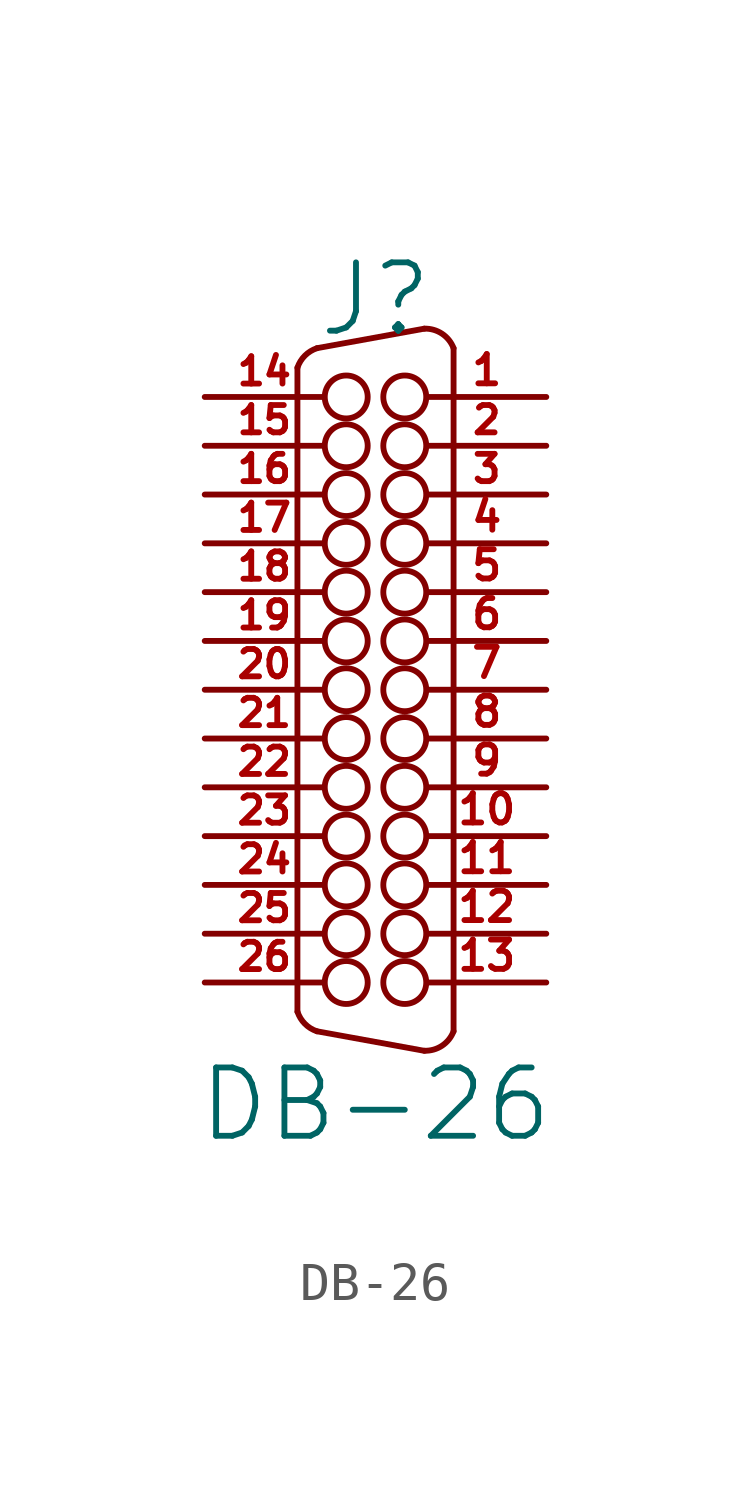
<source format=kicad_sym>
(kicad_symbol_lib
  (version 20211014)
  (generator kicad_symbol_editor)
  (symbol "DB-26"
    (pin_names
      (offset 1.016) hide)
    (property "Reference" "J"
      (at 0 10.16 0)
      (effects (font (size 1.778 1.778))))
    (property "Value" "DB-26"
      (at 0 -10.795 0)
      (effects (font (size 1.778 1.778))))
    (property "Footprint" ""
      (at 0 0 0)
      (effects (font (size 1.524 1.524))))
    (property "Datasheet" ""
      (at 0 0 0)
      (effects (font (size 1.524 1.524))))
    (symbol "DB-26_0_1"
      (arc (start -2.032 -8.382) (mid -1.838 -8.696) (end -1.524 -8.89) (stroke (width 0) (type default) (color 0 0 0 0)) (fill (type none)))
      (arc (start -1.524 8.89) (mid -1.838 8.696) (end -2.032 8.382) (stroke (width 0) (type default) (color 0 0 0 0)) (fill (type none)))
      (circle (center -0.762 -7.62) (radius 0.559) (stroke (width 0) (type default) (color 0 0 0 0)) (fill (type none)))
      (circle (center -0.762 -6.35) (radius 0.559) (stroke (width 0) (type default) (color 0 0 0 0)) (fill (type none)))
      (circle (center -0.762 -5.08) (radius 0.559) (stroke (width 0) (type default) (color 0 0 0 0)) (fill (type none)))
      (circle (center -0.762 -3.81) (radius 0.559) (stroke (width 0) (type default) (color 0 0 0 0)) (fill (type none)))
      (circle (center -0.762 -2.54) (radius 0.559) (stroke (width 0) (type default) (color 0 0 0 0)) (fill (type none)))
      (circle (center -0.762 -1.27) (radius 0.559) (stroke (width 0) (type default) (color 0 0 0 0)) (fill (type none)))
      (circle (center -0.762 0) (radius 0.559) (stroke (width 0) (type default) (color 0 0 0 0)) (fill (type none)))
      (circle (center -0.762 1.27) (radius 0.559) (stroke (width 0) (type default) (color 0 0 0 0)) (fill (type none)))
      (circle (center -0.762 2.54) (radius 0.559) (stroke (width 0) (type default) (color 0 0 0 0)) (fill (type none)))
      (circle (center -0.762 3.81) (radius 0.559) (stroke (width 0) (type default) (color 0 0 0 0)) (fill (type none)))
      (circle (center -0.762 5.08) (radius 0.559) (stroke (width 0) (type default) (color 0 0 0 0)) (fill (type none)))
      (circle (center -0.762 6.35) (radius 0.559) (stroke (width 0) (type default) (color 0 0 0 0)) (fill (type none)))
      (circle (center -0.762 7.62) (radius 0.559) (stroke (width 0) (type default) (color 0 0 0 0)) (fill (type none)))
      (polyline (pts (xy -2.032 -8.382) (xy -2.032 8.382)) (stroke (width 0) (type default) (color 0 0 0 0)) (fill (type none)))
      (polyline (pts (xy 2.032 8.89) (xy 2.032 -8.89)) (stroke (width 0) (type default) (color 0 0 0 0)) (fill (type none)))
      (polyline (pts (xy -1.524 -8.89) (xy 1.27 -9.398) (xy 1.27 -9.398)) (stroke (width 0) (type default) (color 0 0 0 0)) (fill (type none)))
      (polyline (pts (xy -1.524 8.89) (xy 1.27 9.398) (xy 1.27 9.398)) (stroke (width 0) (type default) (color 0 0 0 0)) (fill (type none)))
      (circle (center 0.762 -7.62) (radius 0.559) (stroke (width 0) (type default) (color 0 0 0 0)) (fill (type none)))
      (circle (center 0.762 -6.35) (radius 0.559) (stroke (width 0) (type default) (color 0 0 0 0)) (fill (type none)))
      (circle (center 0.762 -5.08) (radius 0.559) (stroke (width 0) (type default) (color 0 0 0 0)) (fill (type none)))
      (circle (center 0.762 -3.81) (radius 0.559) (stroke (width 0) (type default) (color 0 0 0 0)) (fill (type none)))
      (circle (center 0.762 -2.54) (radius 0.559) (stroke (width 0) (type default) (color 0 0 0 0)) (fill (type none)))
      (circle (center 0.762 -1.27) (radius 0.559) (stroke (width 0) (type default) (color 0 0 0 0)) (fill (type none)))
      (circle (center 0.762 0) (radius 0.559) (stroke (width 0) (type default) (color 0 0 0 0)) (fill (type none)))
      (circle (center 0.762 1.27) (radius 0.559) (stroke (width 0) (type default) (color 0 0 0 0)) (fill (type none)))
      (circle (center 0.762 2.54) (radius 0.559) (stroke (width 0) (type default) (color 0 0 0 0)) (fill (type none)))
      (circle (center 0.762 3.81) (radius 0.559) (stroke (width 0) (type default) (color 0 0 0 0)) (fill (type none)))
      (circle (center 0.762 5.08) (radius 0.559) (stroke (width 0) (type default) (color 0 0 0 0)) (fill (type none)))
      (circle (center 0.762 6.35) (radius 0.559) (stroke (width 0) (type default) (color 0 0 0 0)) (fill (type none)))
      (circle (center 0.762 7.62) (radius 0.559) (stroke (width 0) (type default) (color 0 0 0 0)) (fill (type none)))
      (arc (start 1.27 -9.398) (mid 1.7324 -9.2661) (end 2.032 -8.89) (stroke (width 0) (type default) (color 0 0 0 0)) (fill (type none)))
      (arc (start 2.032 8.89) (mid 1.7324 9.2661) (end 1.27 9.398) (stroke (width 0) (type default) (color 0 0 0 0)) (fill (type none))))
    (symbol "DB-26_1_1"
      (pin passive line (at 4.445 7.62 180) (length 3.099) (name "~" (effects (font (size 0.762 0.762)))) (number "1" (effects (font (size 0.762 0.762)))))
      (pin passive line (at 4.445 -3.81 180) (length 3.099) (name "~" (effects (font (size 0.762 0.762)))) (number "10" (effects (font (size 0.762 0.762)))))
      (pin passive line (at 4.445 -5.08 180) (length 3.099) (name "~" (effects (font (size 0.762 0.762)))) (number "11" (effects (font (size 0.762 0.762)))))
      (pin passive line (at 4.445 -6.35 180) (length 3.099) (name "~" (effects (font (size 0.762 0.762)))) (number "12" (effects (font (size 0.762 0.762)))))
      (pin passive line (at 4.445 -7.62 180) (length 3.099) (name "~" (effects (font (size 0.762 0.762)))) (number "13" (effects (font (size 0.762 0.762)))))
      (pin passive line (at -4.445 7.62 0) (length 3.099) (name "~" (effects (font (size 0.711 0.711)))) (number "14" (effects (font (size 0.711 0.711)))))
      (pin passive line (at -4.445 6.35 0) (length 3.099) (name "~" (effects (font (size 0.711 0.711)))) (number "15" (effects (font (size 0.711 0.711)))))
      (pin passive line (at -4.445 5.08 0) (length 3.099) (name "~" (effects (font (size 0.711 0.711)))) (number "16" (effects (font (size 0.711 0.711)))))
      (pin passive line (at -4.445 3.81 0) (length 3.099) (name "~" (effects (font (size 0.711 0.711)))) (number "17" (effects (font (size 0.711 0.711)))))
      (pin passive line (at -4.445 2.54 0) (length 3.099) (name "~" (effects (font (size 0.711 0.711)))) (number "18" (effects (font (size 0.711 0.711)))))
      (pin passive line (at -4.445 1.27 0) (length 3.099) (name "~" (effects (font (size 0.711 0.711)))) (number "19" (effects (font (size 0.711 0.711)))))
      (pin passive line (at 4.445 6.35 180) (length 3.099) (name "~" (effects (font (size 0.711 0.711)))) (number "2" (effects (font (size 0.711 0.711)))))
      (pin passive line (at -4.445 0 0) (length 3.099) (name "~" (effects (font (size 0.711 0.711)))) (number "20" (effects (font (size 0.711 0.711)))))
      (pin passive line (at -4.445 -1.27 0) (length 3.099) (name "~" (effects (font (size 0.711 0.711)))) (number "21" (effects (font (size 0.711 0.711)))))
      (pin passive line (at -4.445 -2.54 0) (length 3.099) (name "~" (effects (font (size 0.711 0.711)))) (number "22" (effects (font (size 0.711 0.711)))))
      (pin passive line (at -4.445 -3.81 0) (length 3.099) (name "~" (effects (font (size 0.711 0.711)))) (number "23" (effects (font (size 0.711 0.711)))))
      (pin passive line (at -4.445 -5.08 0) (length 3.099) (name "~" (effects (font (size 0.711 0.711)))) (number "24" (effects (font (size 0.711 0.711)))))
      (pin passive line (at -4.445 -6.35 0) (length 3.099) (name "~" (effects (font (size 0.711 0.711)))) (number "25" (effects (font (size 0.711 0.711)))))
      (pin passive line (at -4.445 -7.62 0) (length 3.099) (name "~" (effects (font (size 0.711 0.711)))) (number "26" (effects (font (size 0.711 0.711)))))
      (pin passive line (at 4.445 5.08 180) (length 3.099) (name "~" (effects (font (size 0.711 0.711)))) (number "3" (effects (font (size 0.711 0.711)))))
      (pin passive line (at 4.445 3.81 180) (length 3.099) (name "~" (effects (font (size 0.762 0.762)))) (number "4" (effects (font (size 0.762 0.762)))))
      (pin passive line (at 4.445 2.54 180) (length 3.099) (name "~" (effects (font (size 0.762 0.762)))) (number "5" (effects (font (size 0.762 0.762)))))
      (pin passive line (at 4.445 1.27 180) (length 3.099) (name "~" (effects (font (size 0.762 0.762)))) (number "6" (effects (font (size 0.762 0.762)))))
      (pin passive line (at 4.445 0 180) (length 3.099) (name "~" (effects (font (size 0.762 0.762)))) (number "7" (effects (font (size 0.762 0.762)))))
      (pin passive line (at 4.445 -1.27 180) (length 3.099) (name "~" (effects (font (size 0.762 0.762)))) (number "8" (effects (font (size 0.762 0.762)))))
      (pin passive line (at 4.445 -2.54 180) (length 3.099) (name "~" (effects (font (size 0.762 0.762)))) (number "9" (effects (font (size 0.762 0.762))))))))
</source>
